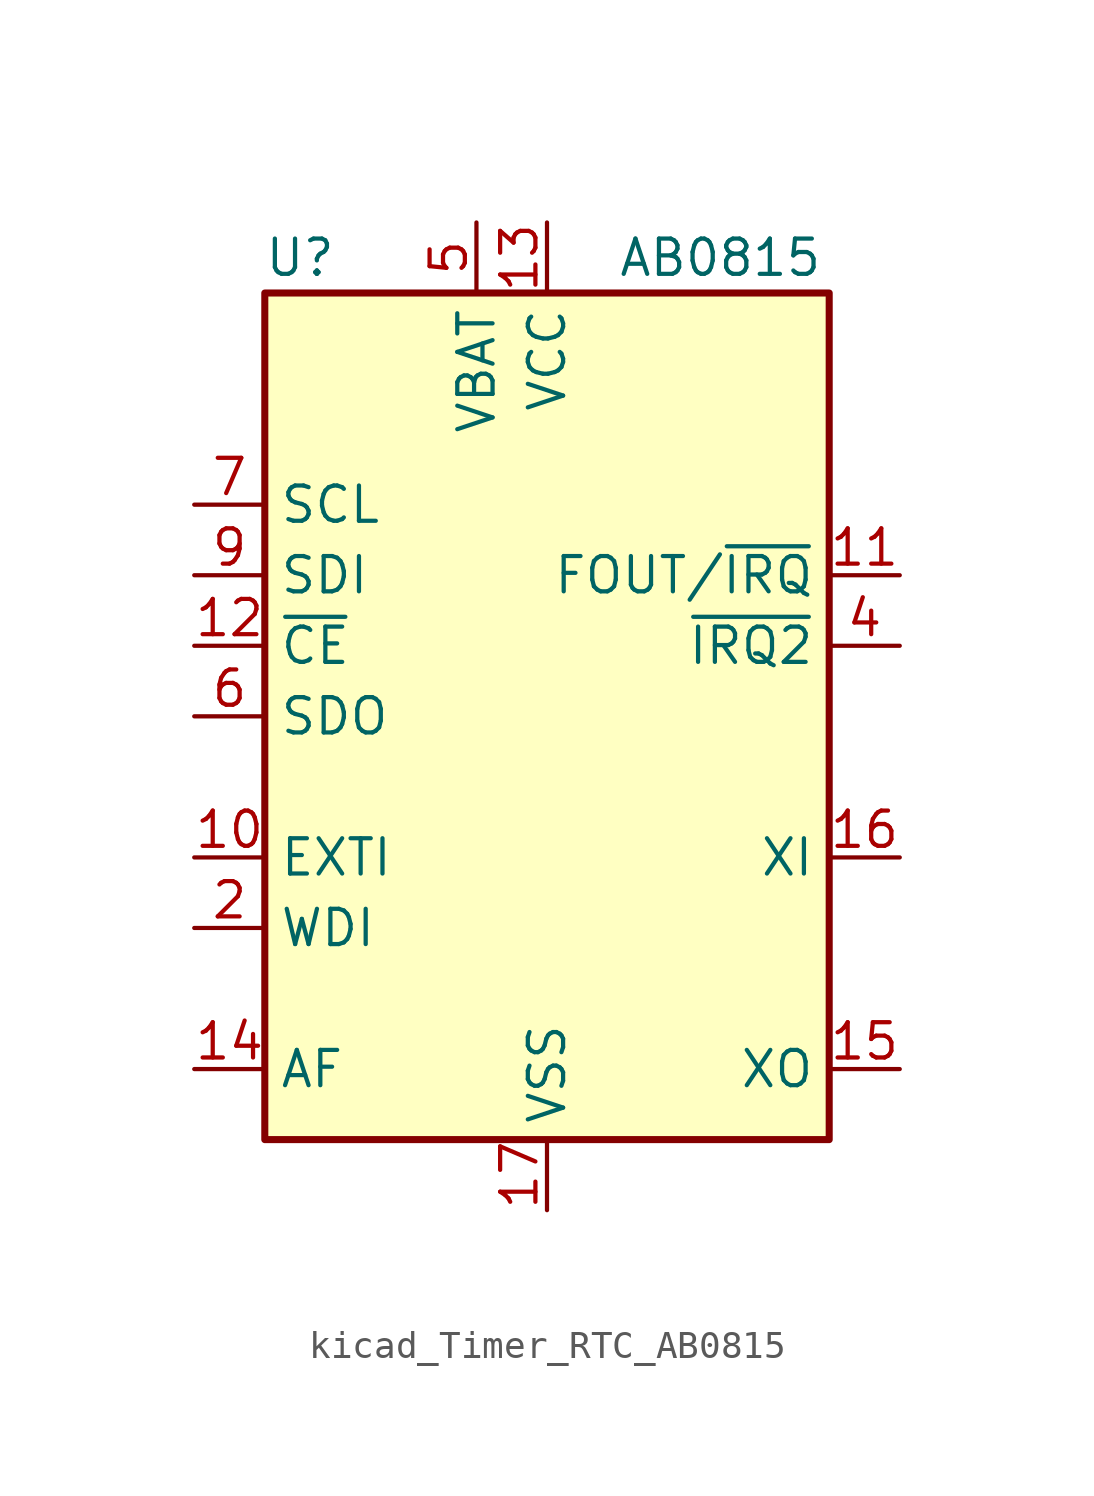
<source format=kicad_sym>
(kicad_symbol_lib
  (version 20220914)
  (generator kicad_symbol_editor)
  (symbol "kicad_Timer_RTC_AB0815"
    (property "Reference" "U"
      (at -8.89 16.51 0)
      (effects (font (size 1.27 1.27))))
    (property "Value" "AB0815"
      (at 2.54 16.51 0)
      (effects (font (size 1.27 1.27)) (justify left)))
    (symbol "kicad_Timer_RTC_AB0815_0_1"
      (rectangle (start -10.16 15.24) (end 10.16 -15.24) (stroke (width 0.254) (type default)) (fill (type background))))
    (symbol "kicad_Timer_RTC_AB0815_1_1"
      (pin no_connect line (at -10.16 -2.54 0) (length 2.54) hide (name "NC" (effects (font (size 1.27 1.27)))) (number "1" (effects (font (size 1.27 1.27)))))
      (pin input line (at -12.7 -5.08 0) (length 2.54) (name "EXTI" (effects (font (size 1.27 1.27)))) (number "10" (effects (font (size 1.27 1.27)))))
      (pin open_collector line (at 12.7 5.08 180) (length 2.54) (name "FOUT/~{IRQ}" (effects (font (size 1.27 1.27)))) (number "11" (effects (font (size 1.27 1.27)))))
      (pin input line (at -12.7 2.54 0) (length 2.54) (name "~{CE}" (effects (font (size 1.27 1.27)))) (number "12" (effects (font (size 1.27 1.27)))))
      (pin power_in line (at 0 17.78 270) (length 2.54) (name "VCC" (effects (font (size 1.27 1.27)))) (number "13" (effects (font (size 1.27 1.27)))))
      (pin passive line (at -12.7 -12.7 0) (length 2.54) (name "AF" (effects (font (size 1.27 1.27)))) (number "14" (effects (font (size 1.27 1.27)))))
      (pin output line (at 12.7 -12.7 180) (length 2.54) (name "XO" (effects (font (size 1.27 1.27)))) (number "15" (effects (font (size 1.27 1.27)))))
      (pin input line (at 12.7 -5.08 180) (length 2.54) (name "XI" (effects (font (size 1.27 1.27)))) (number "16" (effects (font (size 1.27 1.27)))))
      (pin power_in line (at 0 -17.78 90) (length 2.54) (name "VSS" (effects (font (size 1.27 1.27)))) (number "17" (effects (font (size 1.27 1.27)))))
      (pin input line (at -12.7 -7.62 0) (length 2.54) (name "WDI" (effects (font (size 1.27 1.27)))) (number "2" (effects (font (size 1.27 1.27)))))
      (pin no_connect line (at -10.16 -10.16 0) (length 2.54) hide (name "NC" (effects (font (size 1.27 1.27)))) (number "3" (effects (font (size 1.27 1.27)))))
      (pin open_collector line (at 12.7 2.54 180) (length 2.54) (name "~{IRQ2}" (effects (font (size 1.27 1.27)))) (number "4" (effects (font (size 1.27 1.27)))))
      (pin power_in line (at -2.54 17.78 270) (length 2.54) (name "VBAT" (effects (font (size 1.27 1.27)))) (number "5" (effects (font (size 1.27 1.27)))))
      (pin output line (at -12.7 0 0) (length 2.54) (name "SDO" (effects (font (size 1.27 1.27)))) (number "6" (effects (font (size 1.27 1.27)))))
      (pin input line (at -12.7 7.62 0) (length 2.54) (name "SCL" (effects (font (size 1.27 1.27)))) (number "7" (effects (font (size 1.27 1.27)))))
      (pin no_connect line (at 10.16 0 180) (length 2.54) hide (name "NC" (effects (font (size 1.27 1.27)))) (number "8" (effects (font (size 1.27 1.27)))))
      (pin input line (at -12.7 5.08 0) (length 2.54) (name "SDI" (effects (font (size 1.27 1.27)))) (number "9" (effects (font (size 1.27 1.27))))))))
</source>
